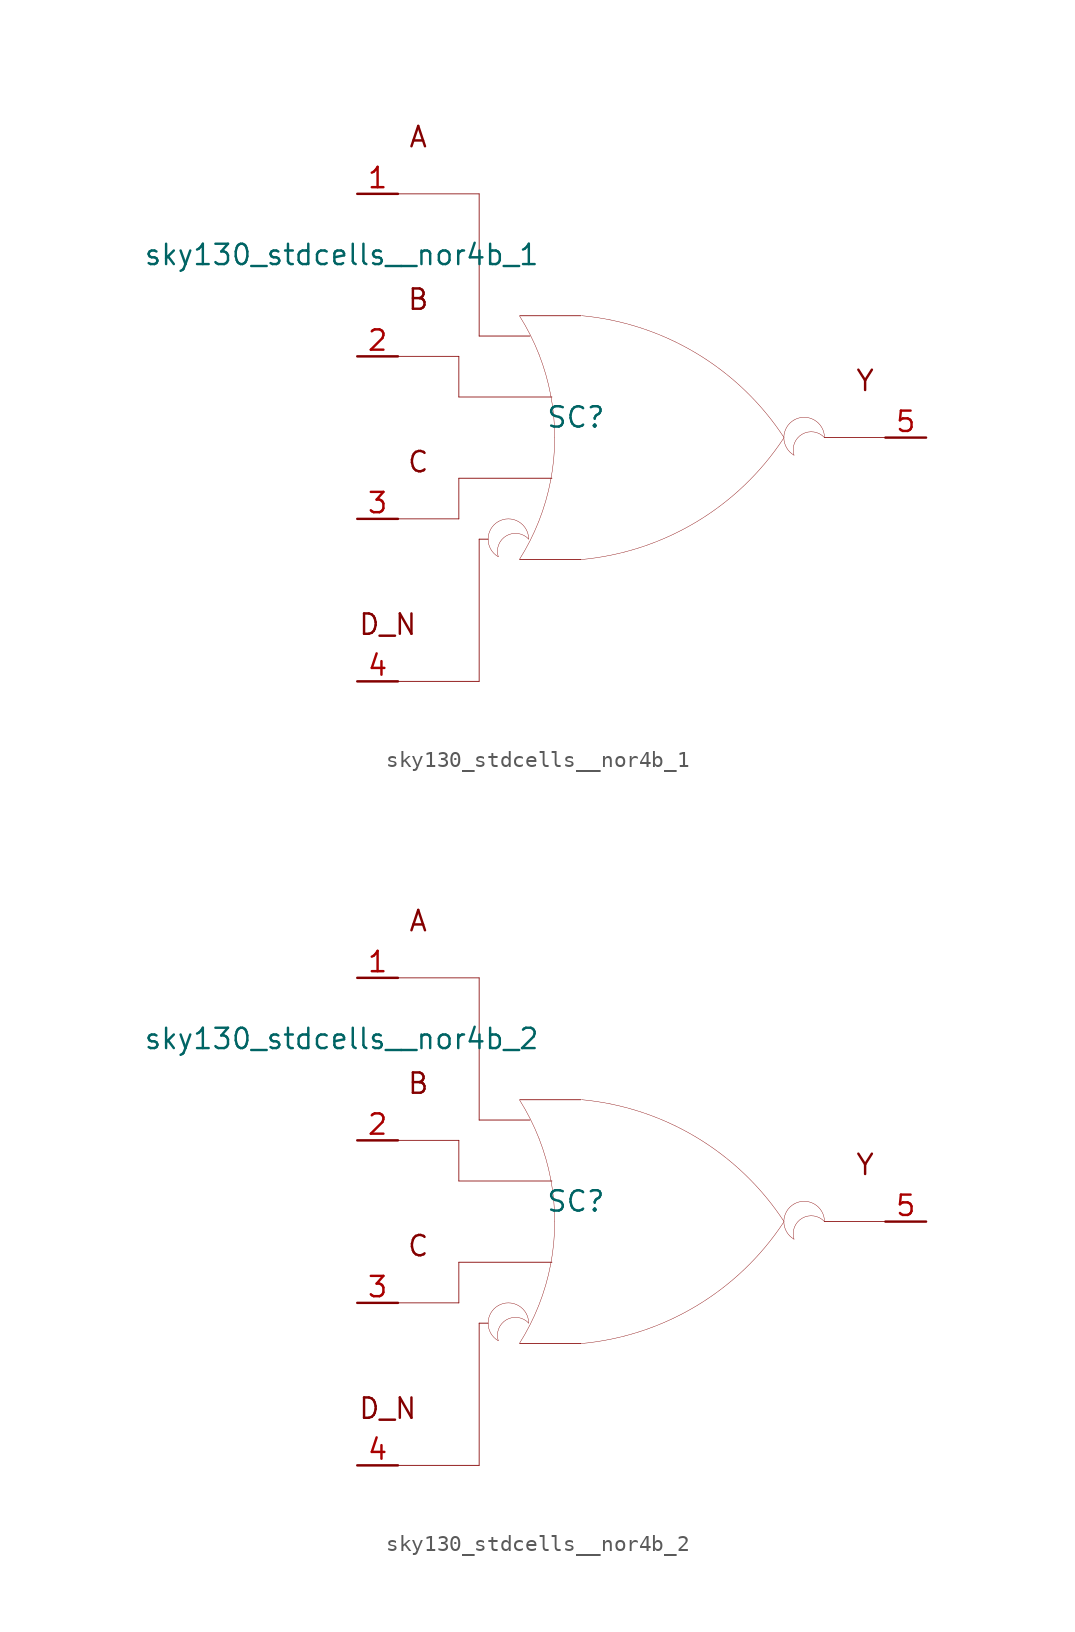
<source format=kicad_sym>
(kicad_symbol_lib
  (version 20211014)
  (generator kicad_symbol_editor)
  (symbol "sky130_stdcells__nor4b_1"
    (pin_names hide)
    (property "Reference" "SC"
      (at -4.115 1.27 0)
      (effects (font (size 1.27 1.27))))
    (property "Value" "sky130_stdcells__nor4b_1"
      (at -6.35 11.43 0)
      (effects (font (size 1.27 1.27)) (justify right)))
    (symbol "sky130_stdcells__nor4b_1_0_0"
      (arc (start -8.9662 -5.2501) (mid -9.6012 -6.35) (end -8.9662 -7.4499) (stroke (width 0.0254) (type default) (color 0 0 0 0)) (fill (type none)))
      (arc (start -7.6405 -7.6142) (mid -6.983 -6.458) (end -6.4362 -5.2456) (stroke (width 0.0254) (type default) (color 0 0 0 0)) (fill (type none)))
      (arc (start -7.0612 -6.35) (mid -8.9181 -5.8757) (end -8.9662 -7.4499) (stroke (width 0.0254) (type default) (color 0 0 0 0)) (fill (type none)))
      (arc (start -7.0612 -6.35) (mid -7.6962 -5.2502) (end -8.9662 -5.2501) (stroke (width 0.0254) (type default) (color 0 0 0 0)) (fill (type none)))
      (arc (start -6.4362 -5.2456) (mid -6.0013 -3.9755) (end -5.688 -2.6701) (stroke (width 0.0254) (type default) (color 0 0 0 0)) (fill (type none)))
      (arc (start -6.418 5.1993) (mid -6.9662 6.4248) (end -7.6273 7.5932) (stroke (width 0.0254) (type default) (color 0 0 0 0)) (fill (type none)))
      (arc (start -5.688 -2.6701) (mid -5.4988 -1.341) (end -5.4356 0) (stroke (width 0.0254) (type default) (color 0 0 0 0)) (fill (type none)))
      (arc (start -5.6834 2.6456) (mid -5.9911 3.9396) (end -6.418 5.1993) (stroke (width 0.0254) (type default) (color 0 0 0 0)) (fill (type none)))
      (arc (start -5.4356 0) (mid -5.4977 1.3286) (end -5.6834 2.6456) (stroke (width 0.0254) (type default) (color 0 0 0 0)) (fill (type none)))
      (arc (start -3.8212 -7.6288) (mid 3.3927 -5.2884) (end 8.8734 -0.0463) (stroke (width 0.0254) (type default) (color 0 0 0 0)) (fill (type none)))
      (polyline (pts (xy -15.24 -15.24) (xy -10.16 -15.24)) (stroke (width 0.051) (type default) (color 0 0 0 0)) (fill (type none)))
      (polyline (pts (xy -15.24 -5.08) (xy -11.43 -5.08)) (stroke (width 0.051) (type default) (color 0 0 0 0)) (fill (type none)))
      (polyline (pts (xy -15.24 5.08) (xy -11.43 5.08)) (stroke (width 0.051) (type default) (color 0 0 0 0)) (fill (type none)))
      (polyline (pts (xy -15.24 15.24) (xy -10.16 15.24)) (stroke (width 0.051) (type default) (color 0 0 0 0)) (fill (type none)))
      (polyline (pts (xy -11.43 -2.54) (xy -11.43 -5.08)) (stroke (width 0.051) (type default) (color 0 0 0 0)) (fill (type none)))
      (polyline (pts (xy -11.43 -2.54) (xy -5.613 -2.54)) (stroke (width 0.051) (type default) (color 0 0 0 0)) (fill (type none)))
      (polyline (pts (xy -11.43 2.54) (xy -5.613 2.54)) (stroke (width 0.051) (type default) (color 0 0 0 0)) (fill (type none)))
      (polyline (pts (xy -11.43 5.08) (xy -11.43 2.54)) (stroke (width 0.051) (type default) (color 0 0 0 0)) (fill (type none)))
      (polyline (pts (xy -10.16 -6.35) (xy -10.16 -15.24)) (stroke (width 0.051) (type default) (color 0 0 0 0)) (fill (type none)))
      (polyline (pts (xy -10.16 -6.35) (xy -9.601 -6.35)) (stroke (width 0.051) (type default) (color 0 0 0 0)) (fill (type none)))
      (polyline (pts (xy -10.16 6.35) (xy -6.985 6.35)) (stroke (width 0.051) (type default) (color 0 0 0 0)) (fill (type none)))
      (polyline (pts (xy -10.16 15.24) (xy -10.16 6.35)) (stroke (width 0.051) (type default) (color 0 0 0 0)) (fill (type none)))
      (polyline (pts (xy -7.62 -7.62) (xy -3.81 -7.62)) (stroke (width 0.051) (type default) (color 0 0 0 0)) (fill (type none)))
      (polyline (pts (xy -7.62 7.62) (xy -3.81 7.62)) (stroke (width 0.051) (type default) (color 0 0 0 0)) (fill (type none)))
      (polyline (pts (xy 11.43 0) (xy 15.24 0)) (stroke (width 0.051) (type default) (color 0 0 0 0)) (fill (type none)))
      (arc (start 8.9061 -0.0034) (mid 3.4437 5.2578) (end -3.762 7.6234) (stroke (width 0.0254) (type default) (color 0 0 0 0)) (fill (type none)))
      (arc (start 9.525 1.0999) (mid 8.89 0) (end 9.525 -1.0999) (stroke (width 0.0254) (type default) (color 0 0 0 0)) (fill (type none)))
      (arc (start 11.43 0) (mid 9.5731 0.4743) (end 9.525 -1.0999) (stroke (width 0.0254) (type default) (color 0 0 0 0)) (fill (type none)))
      (arc (start 11.43 0) (mid 10.795 1.0998) (end 9.525 1.0999) (stroke (width 0.0254) (type default) (color 0 0 0 0)) (fill (type none)))
      (text "A" (at -13.97 18.796 0) (effects (font (size 1.27 1.27))))
      (text "B" (at -13.97 8.636 0) (effects (font (size 1.27 1.27))))
      (text "C" (at -13.97 -1.524 0) (effects (font (size 1.27 1.27))))
      (text "D_N" (at -15.875 -11.684 0) (effects (font (size 1.27 1.27))))
      (text "Y" (at 13.97 3.556 0) (effects (font (size 1.27 1.27)))))
    (symbol "sky130_stdcells__nor4b_1_1_1"
      (pin input line (at -17.78 15.24 0) (length 2.54) (name "A" (effects (font (size 1.092 1.092)))) (number "1" (effects (font (size 1.27 1.27)))))
      (pin input line (at -17.78 5.08 0) (length 2.54) (name "B" (effects (font (size 1.092 1.092)))) (number "2" (effects (font (size 1.27 1.27)))))
      (pin input line (at -17.78 -5.08 0) (length 2.54) (name "C" (effects (font (size 1.092 1.092)))) (number "3" (effects (font (size 1.27 1.27)))))
      (pin input line (at -17.78 -15.24 0) (length 2.54) (name "D_N" (effects (font (size 1.092 1.092)))) (number "4" (effects (font (size 1.27 1.27)))))
      (pin output line (at 17.78 0 180) (length 2.54) (name "Y" (effects (font (size 1.092 1.092)))) (number "5" (effects (font (size 1.27 1.27)))))))
  (symbol "sky130_stdcells__nor4b_2"
    (pin_names hide)
    (property "Reference" "SC"
      (at -4.115 1.27 0)
      (effects (font (size 1.27 1.27))))
    (property "Value" "sky130_stdcells__nor4b_2"
      (at -6.35 11.43 0)
      (effects (font (size 1.27 1.27)) (justify right)))
    (symbol "sky130_stdcells__nor4b_2_0_0"
      (arc (start -8.9662 -5.2501) (mid -9.6012 -6.35) (end -8.9662 -7.4499) (stroke (width 0.0254) (type default) (color 0 0 0 0)) (fill (type none)))
      (arc (start -7.6405 -7.6142) (mid -6.983 -6.458) (end -6.4362 -5.2456) (stroke (width 0.0254) (type default) (color 0 0 0 0)) (fill (type none)))
      (arc (start -7.0612 -6.35) (mid -8.9181 -5.8757) (end -8.9662 -7.4499) (stroke (width 0.0254) (type default) (color 0 0 0 0)) (fill (type none)))
      (arc (start -7.0612 -6.35) (mid -7.6962 -5.2502) (end -8.9662 -5.2501) (stroke (width 0.0254) (type default) (color 0 0 0 0)) (fill (type none)))
      (arc (start -6.4362 -5.2456) (mid -6.0013 -3.9755) (end -5.688 -2.6701) (stroke (width 0.0254) (type default) (color 0 0 0 0)) (fill (type none)))
      (arc (start -6.418 5.1993) (mid -6.9662 6.4248) (end -7.6273 7.5932) (stroke (width 0.0254) (type default) (color 0 0 0 0)) (fill (type none)))
      (arc (start -5.688 -2.6701) (mid -5.4988 -1.341) (end -5.4356 0) (stroke (width 0.0254) (type default) (color 0 0 0 0)) (fill (type none)))
      (arc (start -5.6834 2.6456) (mid -5.9911 3.9396) (end -6.418 5.1993) (stroke (width 0.0254) (type default) (color 0 0 0 0)) (fill (type none)))
      (arc (start -5.4356 0) (mid -5.4977 1.3286) (end -5.6834 2.6456) (stroke (width 0.0254) (type default) (color 0 0 0 0)) (fill (type none)))
      (arc (start -3.8212 -7.6288) (mid 3.3927 -5.2884) (end 8.8734 -0.0463) (stroke (width 0.0254) (type default) (color 0 0 0 0)) (fill (type none)))
      (polyline (pts (xy -15.24 -15.24) (xy -10.16 -15.24)) (stroke (width 0.051) (type default) (color 0 0 0 0)) (fill (type none)))
      (polyline (pts (xy -15.24 -5.08) (xy -11.43 -5.08)) (stroke (width 0.051) (type default) (color 0 0 0 0)) (fill (type none)))
      (polyline (pts (xy -15.24 5.08) (xy -11.43 5.08)) (stroke (width 0.051) (type default) (color 0 0 0 0)) (fill (type none)))
      (polyline (pts (xy -15.24 15.24) (xy -10.16 15.24)) (stroke (width 0.051) (type default) (color 0 0 0 0)) (fill (type none)))
      (polyline (pts (xy -11.43 -2.54) (xy -11.43 -5.08)) (stroke (width 0.051) (type default) (color 0 0 0 0)) (fill (type none)))
      (polyline (pts (xy -11.43 -2.54) (xy -5.613 -2.54)) (stroke (width 0.051) (type default) (color 0 0 0 0)) (fill (type none)))
      (polyline (pts (xy -11.43 2.54) (xy -5.613 2.54)) (stroke (width 0.051) (type default) (color 0 0 0 0)) (fill (type none)))
      (polyline (pts (xy -11.43 5.08) (xy -11.43 2.54)) (stroke (width 0.051) (type default) (color 0 0 0 0)) (fill (type none)))
      (polyline (pts (xy -10.16 -6.35) (xy -10.16 -15.24)) (stroke (width 0.051) (type default) (color 0 0 0 0)) (fill (type none)))
      (polyline (pts (xy -10.16 -6.35) (xy -9.601 -6.35)) (stroke (width 0.051) (type default) (color 0 0 0 0)) (fill (type none)))
      (polyline (pts (xy -10.16 6.35) (xy -6.985 6.35)) (stroke (width 0.051) (type default) (color 0 0 0 0)) (fill (type none)))
      (polyline (pts (xy -10.16 15.24) (xy -10.16 6.35)) (stroke (width 0.051) (type default) (color 0 0 0 0)) (fill (type none)))
      (polyline (pts (xy -7.62 -7.62) (xy -3.81 -7.62)) (stroke (width 0.051) (type default) (color 0 0 0 0)) (fill (type none)))
      (polyline (pts (xy -7.62 7.62) (xy -3.81 7.62)) (stroke (width 0.051) (type default) (color 0 0 0 0)) (fill (type none)))
      (polyline (pts (xy 11.43 0) (xy 15.24 0)) (stroke (width 0.051) (type default) (color 0 0 0 0)) (fill (type none)))
      (arc (start 8.9061 -0.0034) (mid 3.4437 5.2578) (end -3.762 7.6234) (stroke (width 0.0254) (type default) (color 0 0 0 0)) (fill (type none)))
      (arc (start 9.525 1.0999) (mid 8.89 0) (end 9.525 -1.0999) (stroke (width 0.0254) (type default) (color 0 0 0 0)) (fill (type none)))
      (arc (start 11.43 0) (mid 9.5731 0.4743) (end 9.525 -1.0999) (stroke (width 0.0254) (type default) (color 0 0 0 0)) (fill (type none)))
      (arc (start 11.43 0) (mid 10.795 1.0998) (end 9.525 1.0999) (stroke (width 0.0254) (type default) (color 0 0 0 0)) (fill (type none)))
      (text "A" (at -13.97 18.796 0) (effects (font (size 1.27 1.27))))
      (text "B" (at -13.97 8.636 0) (effects (font (size 1.27 1.27))))
      (text "C" (at -13.97 -1.524 0) (effects (font (size 1.27 1.27))))
      (text "D_N" (at -15.875 -11.684 0) (effects (font (size 1.27 1.27))))
      (text "Y" (at 13.97 3.556 0) (effects (font (size 1.27 1.27)))))
    (symbol "sky130_stdcells__nor4b_2_1_1"
      (pin input line (at -17.78 15.24 0) (length 2.54) (name "A" (effects (font (size 1.092 1.092)))) (number "1" (effects (font (size 1.27 1.27)))))
      (pin input line (at -17.78 5.08 0) (length 2.54) (name "B" (effects (font (size 1.092 1.092)))) (number "2" (effects (font (size 1.27 1.27)))))
      (pin input line (at -17.78 -5.08 0) (length 2.54) (name "C" (effects (font (size 1.092 1.092)))) (number "3" (effects (font (size 1.27 1.27)))))
      (pin input line (at -17.78 -15.24 0) (length 2.54) (name "D_N" (effects (font (size 1.092 1.092)))) (number "4" (effects (font (size 1.27 1.27)))))
      (pin output line (at 17.78 0 180) (length 2.54) (name "Y" (effects (font (size 1.092 1.092)))) (number "5" (effects (font (size 1.27 1.27))))))))
</source>
